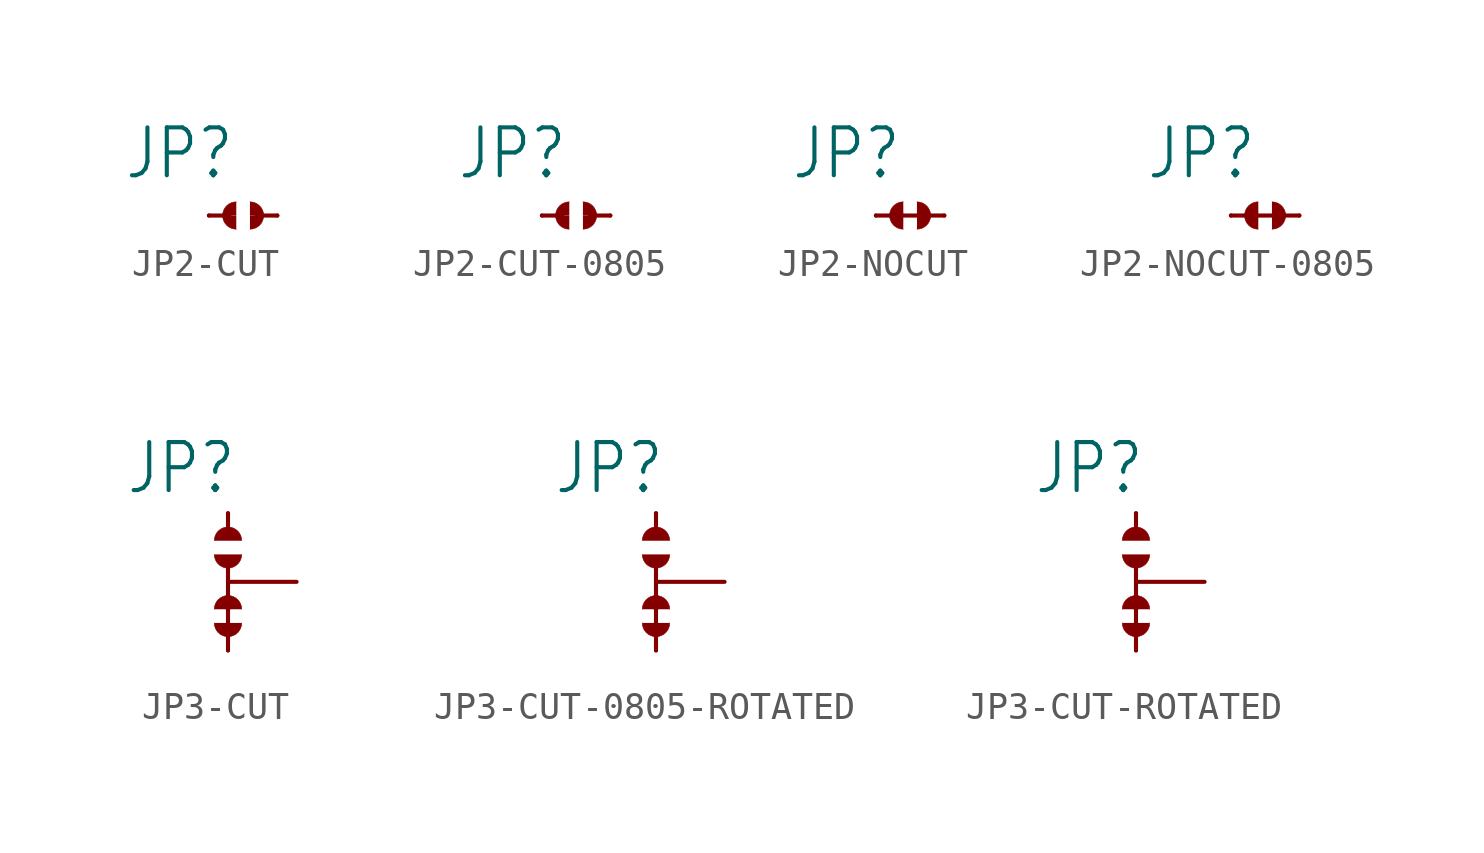
<source format=kicad_sym>
(kicad_symbol_lib
  (version 20211014)
  (generator kicad_symbol_editor)
  (symbol "JP2-CUT"
    (property "Reference" "JP"
      (at -3.175 1.27 0)
      (effects (font (size 1.778 1.511)) (justify left bottom)))
    (property "ki_locked" ""
      (at 0 0 0)
      (effects (font (size 1.27 1.27))))
    (symbol "JP2-CUT_1_0"
      (polyline (pts (xy 0 0) (xy 0.762 0)) (stroke (width 0.152) (type default) (color 0 0 0 0)) (fill (type none)))
      (polyline (pts (xy 2.54 0) (xy 1.778 0)) (stroke (width 0.152) (type default) (color 0 0 0 0)) (fill (type none)))
      (arc (start 0.508 0) (mid 0.6568 -0.3592) (end 1.016 -0.508) (stroke (width 0.0001) (type default) (color 0 0 0 0)) (fill (type outline)))
      (arc (start 1.016 0.508) (mid 0.6568 0.3592) (end 0.508 0) (stroke (width 0.0001) (type default) (color 0 0 0 0)) (fill (type outline)))
      (arc (start 1.524 -0.508) (mid 1.8832 -0.3592) (end 2.032 0) (stroke (width 0.0001) (type default) (color 0 0 0 0)) (fill (type outline)))
      (arc (start 2.032 0) (mid 1.8832 0.3592) (end 1.524 0.508) (stroke (width 0.0001) (type default) (color 0 0 0 0)) (fill (type outline)))
      (pin passive line (at 0 0 270) (length 0) (name "1" (effects (font (size 0 0)))) (number "1" (effects (font (size 0 0)))))
      (pin passive line (at 2.54 0 270) (length 0) (name "2" (effects (font (size 0 0)))) (number "2" (effects (font (size 0 0)))))))
  (symbol "JP2-CUT-0805"
    (property "Reference" "JP"
      (at -3.175 1.27 0)
      (effects (font (size 1.778 1.511)) (justify left bottom)))
    (property "ki_locked" ""
      (at 0 0 0)
      (effects (font (size 1.27 1.27))))
    (symbol "JP2-CUT-0805_1_0"
      (polyline (pts (xy 0 0) (xy 0.762 0)) (stroke (width 0.152) (type default) (color 0 0 0 0)) (fill (type none)))
      (polyline (pts (xy 2.54 0) (xy 1.778 0)) (stroke (width 0.152) (type default) (color 0 0 0 0)) (fill (type none)))
      (arc (start 0.508 0) (mid 0.6568 -0.3592) (end 1.016 -0.508) (stroke (width 0.0001) (type default) (color 0 0 0 0)) (fill (type outline)))
      (arc (start 1.016 0.508) (mid 0.6568 0.3592) (end 0.508 0) (stroke (width 0.0001) (type default) (color 0 0 0 0)) (fill (type outline)))
      (arc (start 1.524 -0.508) (mid 1.8832 -0.3592) (end 2.032 0) (stroke (width 0.0001) (type default) (color 0 0 0 0)) (fill (type outline)))
      (arc (start 2.032 0) (mid 1.8832 0.3592) (end 1.524 0.508) (stroke (width 0.0001) (type default) (color 0 0 0 0)) (fill (type outline)))
      (pin passive line (at 0 0 270) (length 0) (name "1" (effects (font (size 0 0)))) (number "1" (effects (font (size 0 0)))))
      (pin passive line (at 2.54 0 270) (length 0) (name "2" (effects (font (size 0 0)))) (number "2" (effects (font (size 0 0)))))))
  (symbol "JP2-NOCUT"
    (property "Reference" "JP"
      (at -3.175 1.27 0)
      (effects (font (size 1.778 1.511)) (justify left bottom)))
    (property "ki_locked" ""
      (at 0 0 0)
      (effects (font (size 1.27 1.27))))
    (symbol "JP2-NOCUT_1_0"
      (polyline (pts (xy 1.778 0) (xy 0 0)) (stroke (width 0.152) (type default) (color 0 0 0 0)) (fill (type none)))
      (polyline (pts (xy 2.54 0) (xy 1.778 0)) (stroke (width 0.152) (type default) (color 0 0 0 0)) (fill (type none)))
      (arc (start 1.016 0.508) (mid 0.508 0) (end 1.016 -0.508) (stroke (width 0.0001) (type default) (color 0 0 0 0)) (fill (type outline)))
      (arc (start 1.524 -0.508) (mid 1.8832 -0.3592) (end 2.032 0) (stroke (width 0.0001) (type default) (color 0 0 0 0)) (fill (type outline)))
      (arc (start 2.032 0) (mid 1.8832 0.3592) (end 1.524 0.508) (stroke (width 0.0001) (type default) (color 0 0 0 0)) (fill (type outline)))
      (pin passive line (at 0 0 270) (length 0) (name "1" (effects (font (size 0 0)))) (number "1" (effects (font (size 0 0)))))
      (pin passive line (at 2.54 0 270) (length 0) (name "2" (effects (font (size 0 0)))) (number "2" (effects (font (size 0 0)))))))
  (symbol "JP2-NOCUT-0805"
    (property "Reference" "JP"
      (at -3.175 1.27 0)
      (effects (font (size 1.778 1.511)) (justify left bottom)))
    (property "ki_locked" ""
      (at 0 0 0)
      (effects (font (size 1.27 1.27))))
    (symbol "JP2-NOCUT-0805_1_0"
      (polyline (pts (xy 1.778 0) (xy 0 0)) (stroke (width 0.152) (type default) (color 0 0 0 0)) (fill (type none)))
      (polyline (pts (xy 2.54 0) (xy 1.778 0)) (stroke (width 0.152) (type default) (color 0 0 0 0)) (fill (type none)))
      (arc (start 1.016 0.508) (mid 0.508 0) (end 1.016 -0.508) (stroke (width 0.0001) (type default) (color 0 0 0 0)) (fill (type outline)))
      (arc (start 1.524 -0.508) (mid 1.8832 -0.3592) (end 2.032 0) (stroke (width 0.0001) (type default) (color 0 0 0 0)) (fill (type outline)))
      (arc (start 2.032 0) (mid 1.8832 0.3592) (end 1.524 0.508) (stroke (width 0.0001) (type default) (color 0 0 0 0)) (fill (type outline)))
      (pin passive line (at 0 0 270) (length 0) (name "1" (effects (font (size 0 0)))) (number "1" (effects (font (size 0 0)))))
      (pin passive line (at 2.54 0 270) (length 0) (name "2" (effects (font (size 0 0)))) (number "2" (effects (font (size 0 0)))))))
  (symbol "JP3-CUT"
    (property "Reference" "JP"
      (at -3.81 3.175 0)
      (effects (font (size 1.778 1.511)) (justify left bottom)))
    (property "ki_locked" ""
      (at 0 0 0)
      (effects (font (size 1.27 1.27))))
    (symbol "JP3-CUT_1_0"
      (arc (start -0.508 -1.524) (mid -0.3592 -1.8832) (end 0 -2.032) (stroke (width 0.0001) (type default) (color 0 0 0 0)) (fill (type outline)))
      (arc (start -0.508 1.016) (mid -0.3592 0.6568) (end 0 0.508) (stroke (width 0.0001) (type default) (color 0 0 0 0)) (fill (type outline)))
      (arc (start 0 -2.032) (mid 0.3592 -1.8832) (end 0.508 -1.524) (stroke (width 0.0001) (type default) (color 0 0 0 0)) (fill (type outline)))
      (polyline (pts (xy 0 -2.54) (xy 0 -1.778)) (stroke (width 0.152) (type default) (color 0 0 0 0)) (fill (type none)))
      (polyline (pts (xy 0 -1.778) (xy 0 0.762)) (stroke (width 0.152) (type default) (color 0 0 0 0)) (fill (type none)))
      (polyline (pts (xy 0 2.54) (xy 0 1.778)) (stroke (width 0.152) (type default) (color 0 0 0 0)) (fill (type none)))
      (arc (start 0 0.508) (mid 0.3592 0.6568) (end 0.508 1.016) (stroke (width 0.0001) (type default) (color 0 0 0 0)) (fill (type outline)))
      (arc (start 0.508 -1.016) (mid 0 -0.508) (end -0.508 -1.016) (stroke (width 0.0001) (type default) (color 0 0 0 0)) (fill (type outline)))
      (arc (start 0.508 1.524) (mid 0 2.032) (end -0.508 1.524) (stroke (width 0.0001) (type default) (color 0 0 0 0)) (fill (type outline)))
      (pin passive line (at 2.54 0 180) (length 2.54) (name "COM" (effects (font (size 0 0)))) (number "COM" (effects (font (size 0 0)))))
      (pin passive line (at 0 -2.54 180) (length 0) (name "NC" (effects (font (size 0 0)))) (number "NC" (effects (font (size 0 0)))))
      (pin passive line (at 0 2.54 180) (length 0) (name "NO" (effects (font (size 0 0)))) (number "NO" (effects (font (size 0 0)))))))
  (symbol "JP3-CUT-0805-ROTATED"
    (property "Reference" "JP"
      (at -3.81 3.175 0)
      (effects (font (size 1.778 1.511)) (justify left bottom)))
    (property "ki_locked" ""
      (at 0 0 0)
      (effects (font (size 1.27 1.27))))
    (symbol "JP3-CUT-0805-ROTATED_1_0"
      (arc (start -0.508 -1.524) (mid -0.3592 -1.8832) (end 0 -2.032) (stroke (width 0.0001) (type default) (color 0 0 0 0)) (fill (type outline)))
      (arc (start -0.508 1.016) (mid -0.3592 0.6568) (end 0 0.508) (stroke (width 0.0001) (type default) (color 0 0 0 0)) (fill (type outline)))
      (arc (start 0 -2.032) (mid 0.3592 -1.8832) (end 0.508 -1.524) (stroke (width 0.0001) (type default) (color 0 0 0 0)) (fill (type outline)))
      (polyline (pts (xy 0 -2.54) (xy 0 -1.778)) (stroke (width 0.152) (type default) (color 0 0 0 0)) (fill (type none)))
      (polyline (pts (xy 0 -1.778) (xy 0 0.762)) (stroke (width 0.152) (type default) (color 0 0 0 0)) (fill (type none)))
      (polyline (pts (xy 0 2.54) (xy 0 1.778)) (stroke (width 0.152) (type default) (color 0 0 0 0)) (fill (type none)))
      (arc (start 0 0.508) (mid 0.3592 0.6568) (end 0.508 1.016) (stroke (width 0.0001) (type default) (color 0 0 0 0)) (fill (type outline)))
      (arc (start 0.508 -1.016) (mid 0 -0.508) (end -0.508 -1.016) (stroke (width 0.0001) (type default) (color 0 0 0 0)) (fill (type outline)))
      (arc (start 0.508 1.524) (mid 0 2.032) (end -0.508 1.524) (stroke (width 0.0001) (type default) (color 0 0 0 0)) (fill (type outline)))
      (pin passive line (at 2.54 0 180) (length 2.54) (name "COM" (effects (font (size 0 0)))) (number "COM" (effects (font (size 0 0)))))
      (pin passive line (at 0 -2.54 180) (length 0) (name "NC" (effects (font (size 0 0)))) (number "NC" (effects (font (size 0 0)))))
      (pin passive line (at 0 2.54 180) (length 0) (name "NO" (effects (font (size 0 0)))) (number "NO" (effects (font (size 0 0)))))))
  (symbol "JP3-CUT-ROTATED"
    (property "Reference" "JP"
      (at -3.81 3.175 0)
      (effects (font (size 1.778 1.511)) (justify left bottom)))
    (property "ki_locked" ""
      (at 0 0 0)
      (effects (font (size 1.27 1.27))))
    (symbol "JP3-CUT-ROTATED_1_0"
      (arc (start -0.508 -1.524) (mid -0.3592 -1.8832) (end 0 -2.032) (stroke (width 0.0001) (type default) (color 0 0 0 0)) (fill (type outline)))
      (arc (start -0.508 1.016) (mid -0.3592 0.6568) (end 0 0.508) (stroke (width 0.0001) (type default) (color 0 0 0 0)) (fill (type outline)))
      (arc (start 0 -2.032) (mid 0.3592 -1.8832) (end 0.508 -1.524) (stroke (width 0.0001) (type default) (color 0 0 0 0)) (fill (type outline)))
      (polyline (pts (xy 0 -2.54) (xy 0 -1.778)) (stroke (width 0.152) (type default) (color 0 0 0 0)) (fill (type none)))
      (polyline (pts (xy 0 -1.778) (xy 0 0.762)) (stroke (width 0.152) (type default) (color 0 0 0 0)) (fill (type none)))
      (polyline (pts (xy 0 2.54) (xy 0 1.778)) (stroke (width 0.152) (type default) (color 0 0 0 0)) (fill (type none)))
      (arc (start 0 0.508) (mid 0.3592 0.6568) (end 0.508 1.016) (stroke (width 0.0001) (type default) (color 0 0 0 0)) (fill (type outline)))
      (arc (start 0.508 -1.016) (mid 0 -0.508) (end -0.508 -1.016) (stroke (width 0.0001) (type default) (color 0 0 0 0)) (fill (type outline)))
      (arc (start 0.508 1.524) (mid 0 2.032) (end -0.508 1.524) (stroke (width 0.0001) (type default) (color 0 0 0 0)) (fill (type outline)))
      (pin passive line (at 2.54 0 180) (length 2.54) (name "COM" (effects (font (size 0 0)))) (number "COM" (effects (font (size 0 0)))))
      (pin passive line (at 0 -2.54 180) (length 0) (name "NC" (effects (font (size 0 0)))) (number "NC" (effects (font (size 0 0)))))
      (pin passive line (at 0 2.54 180) (length 0) (name "NO" (effects (font (size 0 0)))) (number "NO" (effects (font (size 0 0))))))))
</source>
